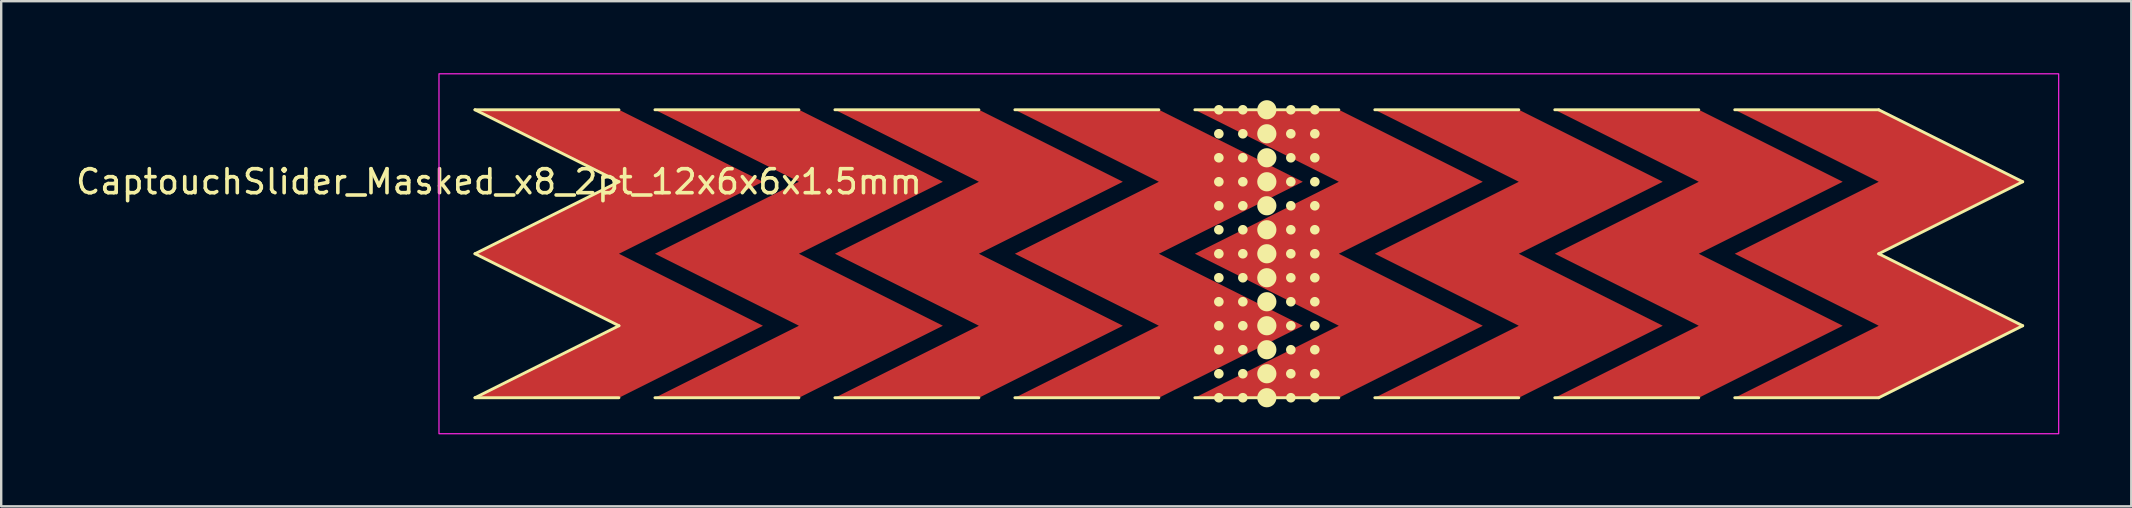
<source format=kicad_pcb>
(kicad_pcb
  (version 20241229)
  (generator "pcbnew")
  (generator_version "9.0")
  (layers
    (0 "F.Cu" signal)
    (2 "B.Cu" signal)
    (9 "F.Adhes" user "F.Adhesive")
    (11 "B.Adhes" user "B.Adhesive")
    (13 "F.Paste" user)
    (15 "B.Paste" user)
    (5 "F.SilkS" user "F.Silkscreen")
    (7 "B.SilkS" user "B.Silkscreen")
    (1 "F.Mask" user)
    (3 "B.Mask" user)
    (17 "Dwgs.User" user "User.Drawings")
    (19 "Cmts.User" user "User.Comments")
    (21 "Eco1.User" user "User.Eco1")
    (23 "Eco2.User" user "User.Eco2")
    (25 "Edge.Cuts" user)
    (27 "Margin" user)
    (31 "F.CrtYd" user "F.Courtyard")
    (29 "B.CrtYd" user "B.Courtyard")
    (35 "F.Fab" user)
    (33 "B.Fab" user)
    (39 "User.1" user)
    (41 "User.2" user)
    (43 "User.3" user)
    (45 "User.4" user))
  (footprint "CaptouchSlider_Masked_x8_2pt_12x6x6x1.5mm"
    (layer "F.Cu")
    (at 16.744 9.525)
    (property "Reference" "CaptouchSlider_Masked_x8_2pt_12x6x6x1.5mm" (at 1 -5 0) (layer "F.SilkS") (effects (font (size 1 1) (thickness 0.15))))
    (attr exclude_from_pos_files exclude_from_bom)
    (fp_line (start 0 -8) (end 6 -8) (stroke (width 0.12) (type solid)) (layer "F.SilkS"))
    (fp_line (start 0 -8) (end 6 -5) (stroke (width 0.12) (type solid)) (layer "F.SilkS"))
    (fp_line (start 0 -2) (end 6 1) (stroke (width 0.12) (type solid)) (layer "F.SilkS"))
    (fp_line (start 0 4) (end 6 4) (stroke (width 0.12) (type solid)) (layer "F.SilkS"))
    (fp_line (start 6 -5) (end 0 -2) (stroke (width 0.12) (type solid)) (layer "F.SilkS"))
    (fp_line (start 6 1) (end 0 4) (stroke (width 0.12) (type solid)) (layer "F.SilkS"))
    (fp_line (start 7.5 -8) (end 13.5 -8) (stroke (width 0.12) (type solid)) (layer "F.SilkS"))
    (fp_line (start 7.5 4) (end 13.5 4) (stroke (width 0.12) (type solid)) (layer "F.SilkS"))
    (fp_line (start 15 -8) (end 21 -8) (stroke (width 0.12) (type solid)) (layer "F.SilkS"))
    (fp_line (start 15 4) (end 21 4) (stroke (width 0.12) (type solid)) (layer "F.SilkS"))
    (fp_line (start 22.5 -8) (end 28.5 -8) (stroke (width 0.12) (type solid)) (layer "F.SilkS"))
    (fp_line (start 22.5 4) (end 28.5 4) (stroke (width 0.12) (type solid)) (layer "F.SilkS"))
    (fp_line (start 30 -8) (end 36 -8) (stroke (width 0.12) (type solid)) (layer "F.SilkS"))
    (fp_line (start 30 4) (end 36 4) (stroke (width 0.12) (type solid)) (layer "F.SilkS"))
    (fp_line (start 37.5 -8) (end 43.5 -8) (stroke (width 0.12) (type solid)) (layer "F.SilkS"))
    (fp_line (start 37.5 4) (end 43.5 4) (stroke (width 0.12) (type solid)) (layer "F.SilkS"))
    (fp_line (start 45 -8) (end 51 -8) (stroke (width 0.12) (type solid)) (layer "F.SilkS"))
    (fp_line (start 45 4) (end 51 4) (stroke (width 0.12) (type solid)) (layer "F.SilkS"))
    (fp_line (start 52.5 -8) (end 58.5 -8) (stroke (width 0.12) (type solid)) (layer "F.SilkS"))
    (fp_line (start 52.5 4) (end 58.5 4) (stroke (width 0.12) (type solid)) (layer "F.SilkS"))
    (fp_line (start 58.5 -8) (end 64.5 -5) (stroke (width 0.12) (type solid)) (layer "F.SilkS"))
    (fp_line (start 58.5 -2) (end 64.5 1) (stroke (width 0.12) (type solid)) (layer "F.SilkS"))
    (fp_line (start 64.5 -5) (end 58.5 -2) (stroke (width 0.12) (type solid)) (layer "F.SilkS"))
    (fp_line (start 64.5 1) (end 58.5 4) (stroke (width 0.12) (type solid)) (layer "F.SilkS"))
    (fp_circle (center 31 -8) (end 31.2 -8) (stroke (width 0) (type solid)) (fill yes) (layer "F.SilkS"))
    (fp_circle (center 31 -7) (end 31.2 -7) (stroke (width 0) (type solid)) (fill yes) (layer "F.SilkS"))
    (fp_circle (center 31 -6) (end 31.2 -6) (stroke (width 0) (type solid)) (fill yes) (layer "F.SilkS"))
    (fp_circle (center 31 -5) (end 31.2 -5) (stroke (width 0) (type solid)) (fill yes) (layer "F.SilkS"))
    (fp_circle (center 31 -4) (end 31.2 -4) (stroke (width 0) (type solid)) (fill yes) (layer "F.SilkS"))
    (fp_circle (center 31 -3) (end 31.2 -3) (stroke (width 0) (type solid)) (fill yes) (layer "F.SilkS"))
    (fp_circle (center 31 -2) (end 31.2 -2) (stroke (width 0) (type solid)) (fill yes) (layer "F.SilkS"))
    (fp_circle (center 31 -1) (end 31.2 -1) (stroke (width 0) (type solid)) (fill yes) (layer "F.SilkS"))
    (fp_circle (center 31 0) (end 31.2 0) (stroke (width 0) (type solid)) (fill yes) (layer "F.SilkS"))
    (fp_circle (center 31 1) (end 31.2 1) (stroke (width 0) (type solid)) (fill yes) (layer "F.SilkS"))
    (fp_circle (center 31 2) (end 31.2 2) (stroke (width 0) (type solid)) (fill yes) (layer "F.SilkS"))
    (fp_circle (center 31 3) (end 31.2 3) (stroke (width 0) (type solid)) (fill yes) (layer "F.SilkS"))
    (fp_circle (center 31 4) (end 31.2 4) (stroke (width 0) (type solid)) (fill yes) (layer "F.SilkS"))
    (fp_circle (center 32 -8) (end 32.2 -8) (stroke (width 0) (type solid)) (fill yes) (layer "F.SilkS"))
    (fp_circle (center 32 -7) (end 32.2 -7) (stroke (width 0) (type solid)) (fill yes) (layer "F.SilkS"))
    (fp_circle (center 32 -6) (end 32.2 -6) (stroke (width 0) (type solid)) (fill yes) (layer "F.SilkS"))
    (fp_circle (center 32 -5) (end 32.2 -5) (stroke (width 0) (type solid)) (fill yes) (layer "F.SilkS"))
    (fp_circle (center 32 -4) (end 32.2 -4) (stroke (width 0) (type solid)) (fill yes) (layer "F.SilkS"))
    (fp_circle (center 32 -3) (end 32.2 -3) (stroke (width 0) (type solid)) (fill yes) (layer "F.SilkS"))
    (fp_circle (center 32 -2) (end 32.2 -2) (stroke (width 0) (type solid)) (fill yes) (layer "F.SilkS"))
    (fp_circle (center 32 -1) (end 32.2 -1) (stroke (width 0) (type solid)) (fill yes) (layer "F.SilkS"))
    (fp_circle (center 32 0) (end 32.2 0) (stroke (width 0) (type solid)) (fill yes) (layer "F.SilkS"))
    (fp_circle (center 32 1) (end 32.2 1) (stroke (width 0) (type solid)) (fill yes) (layer "F.SilkS"))
    (fp_circle (center 32 2) (end 32.2 2) (stroke (width 0) (type solid)) (fill yes) (layer "F.SilkS"))
    (fp_circle (center 32 3) (end 32.2 3) (stroke (width 0) (type solid)) (fill yes) (layer "F.SilkS"))
    (fp_circle (center 32 4) (end 32.2 4) (stroke (width 0) (type solid)) (fill yes) (layer "F.SilkS"))
    (fp_circle (center 33 -8) (end 33.4 -8) (stroke (width 0) (type solid)) (fill yes) (layer "F.SilkS"))
    (fp_circle (center 33 -7) (end 33.4 -7) (stroke (width 0) (type solid)) (fill yes) (layer "F.SilkS"))
    (fp_circle (center 33 -6) (end 33.4 -6) (stroke (width 0) (type solid)) (fill yes) (layer "F.SilkS"))
    (fp_circle (center 33 -5) (end 33.4 -5) (stroke (width 0) (type solid)) (fill yes) (layer "F.SilkS"))
    (fp_circle (center 33 -4) (end 33.4 -4) (stroke (width 0) (type solid)) (fill yes) (layer "F.SilkS"))
    (fp_circle (center 33 -3) (end 33.4 -3) (stroke (width 0) (type solid)) (fill yes) (layer "F.SilkS"))
    (fp_circle (center 33 -2) (end 33.4 -2) (stroke (width 0) (type solid)) (fill yes) (layer "F.SilkS"))
    (fp_circle (center 33 -1) (end 33.4 -1) (stroke (width 0) (type solid)) (fill yes) (layer "F.SilkS"))
    (fp_circle (center 33 0) (end 33.4 0) (stroke (width 0) (type solid)) (fill yes) (layer "F.SilkS"))
    (fp_circle (center 33 1) (end 33.4 1) (stroke (width 0) (type solid)) (fill yes) (layer "F.SilkS"))
    (fp_circle (center 33 2) (end 33.4 2) (stroke (width 0) (type solid)) (fill yes) (layer "F.SilkS"))
    (fp_circle (center 33 3) (end 33.4 3) (stroke (width 0) (type solid)) (fill yes) (layer "F.SilkS"))
    (fp_circle (center 33 4) (end 33.4 4) (stroke (width 0) (type solid)) (fill yes) (layer "F.SilkS"))
    (fp_circle (center 34 -8) (end 34.2 -8) (stroke (width 0) (type solid)) (fill yes) (layer "F.SilkS"))
    (fp_circle (center 34 -7) (end 34.2 -7) (stroke (width 0) (type solid)) (fill yes) (layer "F.SilkS"))
    (fp_circle (center 34 -6) (end 34.2 -6) (stroke (width 0) (type solid)) (fill yes) (layer "F.SilkS"))
    (fp_circle (center 34 -5) (end 34.2 -5) (stroke (width 0) (type solid)) (fill yes) (layer "F.SilkS"))
    (fp_circle (center 34 -4) (end 34.2 -4) (stroke (width 0) (type solid)) (fill yes) (layer "F.SilkS"))
    (fp_circle (center 34 -3) (end 34.2 -3) (stroke (width 0) (type solid)) (fill yes) (layer "F.SilkS"))
    (fp_circle (center 34 -2) (end 34.2 -2) (stroke (width 0) (type solid)) (fill yes) (layer "F.SilkS"))
    (fp_circle (center 34 -1) (end 34.2 -1) (stroke (width 0) (type solid)) (fill yes) (layer "F.SilkS"))
    (fp_circle (center 34 0) (end 34.2 0) (stroke (width 0) (type solid)) (fill yes) (layer "F.SilkS"))
    (fp_circle (center 34 1) (end 34.2 1) (stroke (width 0) (type solid)) (fill yes) (layer "F.SilkS"))
    (fp_circle (center 34 2) (end 34.2 2) (stroke (width 0) (type solid)) (fill yes) (layer "F.SilkS"))
    (fp_circle (center 34 3) (end 34.2 3) (stroke (width 0) (type solid)) (fill yes) (layer "F.SilkS"))
    (fp_circle (center 34 4) (end 34.2 4) (stroke (width 0) (type solid)) (fill yes) (layer "F.SilkS"))
    (fp_circle (center 35 -8) (end 35.2 -8) (stroke (width 0) (type solid)) (fill yes) (layer "F.SilkS"))
    (fp_circle (center 35 -7) (end 35.2 -7) (stroke (width 0) (type solid)) (fill yes) (layer "F.SilkS"))
    (fp_circle (center 35 -6) (end 35.2 -6) (stroke (width 0) (type solid)) (fill yes) (layer "F.SilkS"))
    (fp_circle (center 35 -5) (end 35.2 -5) (stroke (width 0) (type solid)) (fill yes) (layer "F.SilkS"))
    (fp_circle (center 35 -4) (end 35.2 -4) (stroke (width 0) (type solid)) (fill yes) (layer "F.SilkS"))
    (fp_circle (center 35 -3) (end 35.2 -3) (stroke (width 0) (type solid)) (fill yes) (layer "F.SilkS"))
    (fp_circle (center 35 -2) (end 35.2 -2) (stroke (width 0) (type solid)) (fill yes) (layer "F.SilkS"))
    (fp_circle (center 35 -1) (end 35.2 -1) (stroke (width 0) (type solid)) (fill yes) (layer "F.SilkS"))
    (fp_circle (center 35 0) (end 35.2 0) (stroke (width 0) (type solid)) (fill yes) (layer "F.SilkS"))
    (fp_circle (center 35 1) (end 35.2 1) (stroke (width 0) (type solid)) (fill yes) (layer "F.SilkS"))
    (fp_circle (center 35 2) (end 35.2 2) (stroke (width 0) (type solid)) (fill yes) (layer "F.SilkS"))
    (fp_circle (center 35 3) (end 35.2 3) (stroke (width 0) (type solid)) (fill yes) (layer "F.SilkS"))
    (fp_circle (center 35 4) (end 35.2 4) (stroke (width 0) (type solid)) (fill yes) (layer "F.SilkS"))
    (fp_rect (start -1.5 -9.5) (end 66 5.5) (stroke (width 0.05) (type solid)) (fill no) (layer "F.CrtYd"))
    (pad "1" smd custom (at 12 -2) (size 1.8 1.8) (layers "F.Cu") (options (anchor circle)) (primitives (gr_poly (pts (xy 7.5 -3) (xy 1.5 0) (xy 7.5 3) (xy 1.5 6) (xy -4.5 6) (xy 1.5 3) (xy -4.5 0) (xy 1.5 -3) (xy -4.5 -6) (xy 1.5 -6)) (width 0) (fill yes))))
    (pad "2" smd custom (at 19.5 -2) (size 1.8 1.8) (layers "F.Cu") (options (anchor circle)) (primitives (gr_poly (pts (xy 7.5 -3) (xy 1.5 0) (xy 7.5 3) (xy 1.5 6) (xy -4.5 6) (xy 1.5 3) (xy -4.5 0) (xy 1.5 -3) (xy -4.5 -6) (xy 1.5 -6)) (width 0) (fill yes))))
    (pad "3" smd custom (at 27 -2) (size 1.8 1.8) (layers "F.Cu") (options (anchor circle)) (primitives (gr_poly (pts (xy 7.5 -3) (xy 1.5 0) (xy 7.5 3) (xy 1.5 6) (xy -4.5 6) (xy 1.5 3) (xy -4.5 0) (xy 1.5 -3) (xy -4.5 -6) (xy 1.5 -6)) (width 0) (fill yes))))
    (pad "4" smd custom (at 34.5 -2) (size 1.8 1.8) (layers "F.Cu") (options (anchor circle)) (primitives (gr_poly (pts (xy 7.5 -3) (xy 1.5 0) (xy 7.5 3) (xy 1.5 6) (xy -4.5 6) (xy 1.5 3) (xy -4.5 0) (xy 1.5 -3) (xy -4.5 -6) (xy 1.5 -6)) (width 0) (fill yes))))
    (pad "5" smd custom (at 42 -2) (size 1.8 1.8) (layers "F.Cu") (options (anchor circle)) (primitives (gr_poly (pts (xy 7.5 -3) (xy 1.5 0) (xy 7.5 3) (xy 1.5 6) (xy -4.5 6) (xy 1.5 3) (xy -4.5 0) (xy 1.5 -3) (xy -4.5 -6) (xy 1.5 -6)) (width 0) (fill yes))))
    (pad "6" smd custom (at 49.5 -2) (size 1.8 1.8) (layers "F.Cu") (options (anchor circle)) (primitives (gr_poly (pts (xy 7.5 -3) (xy 1.5 0) (xy 7.5 3) (xy 1.5 6) (xy -4.5 6) (xy 1.5 3) (xy -4.5 0) (xy 1.5 -3) (xy -4.5 -6) (xy 1.5 -6)) (width 0) (fill yes))))
    (pad "7" smd custom (at 57 -2) (size 1.8 1.8) (layers "F.Cu") (options (anchor circle)) (primitives (gr_poly (pts (xy 7.5 -3) (xy 1.5 0) (xy 7.5 3) (xy 1.5 6) (xy -4.5 6) (xy 1.5 3) (xy -4.5 0) (xy 1.5 -3) (xy -4.5 -6) (xy 1.5 -6)) (width 0) (fill yes))))
    (pad "8" smd custom (at 4.5 -2) (size 1.8 1.8) (layers "F.Cu") (options (anchor circle)) (primitives (gr_poly (pts (xy 7.5 -3) (xy 1.5 0) (xy 7.5 3) (xy 1.5 6) (xy -4.5 6) (xy 1.5 3) (xy -4.5 0) (xy 1.5 -3) (xy -4.5 -6) (xy 1.5 -6)) (width 0) (fill yes))))
    (zone (net_name "") (layers "F.Cu" "B.Cu") (hatch edge 0.508) (connect_pads) (min_thickness 0.254) (filled_areas_thickness no) (keepout (tracks not_allowed) (vias not_allowed) (pads not_allowed) (copperpour not_allowed) (footprints not_allowed)) (placement (enabled no)) (fill) (polygon (pts (xy 22.744 4.525) (xy 16.744 7.525) (xy 22.744 10.525) (xy 16.744 13.525) (xy 15.244 13.525) (xy 21.244 10.525) (xy 15.244 7.525) (xy 21.244 4.525) (xy 15.244 1.525) (xy 16.744 1.525))))
    (zone (net_name "") (layers "F.Cu" "B.Cu") (hatch edge 0.508) (connect_pads) (min_thickness 0.254) (filled_areas_thickness no) (keepout (tracks not_allowed) (vias not_allowed) (pads not_allowed) (copperpour not_allowed) (footprints not_allowed)) (placement (enabled no)) (fill) (polygon (pts (xy 30.244 4.525) (xy 24.244 7.525) (xy 30.244 10.525) (xy 24.244 13.525) (xy 22.744 13.525) (xy 28.744 10.525) (xy 22.744 7.525) (xy 28.744 4.525) (xy 22.744 1.525) (xy 24.244 1.525))))
    (zone (net_name "") (layers "F.Cu" "B.Cu") (hatch edge 0.508) (connect_pads) (min_thickness 0.254) (filled_areas_thickness no) (keepout (tracks not_allowed) (vias not_allowed) (pads not_allowed) (copperpour not_allowed) (footprints not_allowed)) (placement (enabled no)) (fill) (polygon (pts (xy 37.744 4.525) (xy 31.744 7.525) (xy 37.744 10.525) (xy 31.744 13.525) (xy 30.244 13.525) (xy 36.244 10.525) (xy 30.244 7.525) (xy 36.244 4.525) (xy 30.244 1.525) (xy 31.744 1.525))))
    (zone (net_name "") (layers "F.Cu" "B.Cu") (hatch edge 0.508) (connect_pads) (min_thickness 0.254) (filled_areas_thickness no) (keepout (tracks not_allowed) (vias not_allowed) (pads not_allowed) (copperpour not_allowed) (footprints not_allowed)) (placement (enabled no)) (fill) (polygon (pts (xy 45.244 4.525) (xy 39.244 7.525) (xy 45.244 10.525) (xy 39.244 13.525) (xy 37.744 13.525) (xy 43.744 10.525) (xy 37.744 7.525) (xy 43.744 4.525) (xy 37.744 1.525) (xy 39.244 1.525))))
    (zone (net_name "") (layers "F.Cu" "B.Cu") (hatch edge 0.508) (connect_pads) (min_thickness 0.254) (filled_areas_thickness no) (keepout (tracks not_allowed) (vias not_allowed) (pads not_allowed) (copperpour not_allowed) (footprints not_allowed)) (placement (enabled no)) (fill) (polygon (pts (xy 52.744 4.525) (xy 46.744 7.525) (xy 52.744 10.525) (xy 46.744 13.525) (xy 45.244 13.525) (xy 51.244 10.525) (xy 45.244 7.525) (xy 51.244 4.525) (xy 45.244 1.525) (xy 46.744 1.525))))
    (zone (net_name "") (layers "F.Cu" "B.Cu") (hatch edge 0.508) (connect_pads) (min_thickness 0.254) (filled_areas_thickness no) (keepout (tracks not_allowed) (vias not_allowed) (pads not_allowed) (copperpour not_allowed) (footprints not_allowed)) (placement (enabled no)) (fill) (polygon (pts (xy 60.244 4.525) (xy 54.244 7.525) (xy 60.244 10.525) (xy 54.244 13.525) (xy 52.744 13.525) (xy 58.744 10.525) (xy 52.744 7.525) (xy 58.744 4.525) (xy 52.744 1.525) (xy 54.244 1.525))))
    (zone (net_name "") (layers "F.Cu" "B.Cu") (hatch edge 0.508) (connect_pads) (min_thickness 0.254) (filled_areas_thickness no) (keepout (tracks not_allowed) (vias not_allowed) (pads not_allowed) (copperpour not_allowed) (footprints not_allowed)) (placement (enabled no)) (fill) (polygon (pts (xy 67.744 4.525) (xy 61.744 7.525) (xy 67.744 10.525) (xy 61.744 13.525) (xy 60.244 13.525) (xy 66.244 10.525) (xy 60.244 7.525) (xy 66.244 4.525) (xy 60.244 1.525) (xy 61.744 1.525))))
    (zone (net_name "") (layers "F.Cu" "B.Cu") (hatch edge 0.508) (connect_pads) (min_thickness 0.254) (filled_areas_thickness no) (keepout (tracks not_allowed) (vias not_allowed) (pads not_allowed) (copperpour not_allowed) (footprints not_allowed)) (placement (enabled no)) (fill) (polygon (pts (xy 75.244 4.525) (xy 69.244 7.525) (xy 75.244 10.525) (xy 69.244 13.525) (xy 67.744 13.525) (xy 73.744 10.525) (xy 67.744 7.525) (xy 73.744 4.525) (xy 67.744 1.525) (xy 69.244 1.525))))
    (zone (net_name "") (layers "F.Cu" "B.Cu") (hatch edge 0.508) (connect_pads) (min_thickness 0.254) (filled_areas_thickness no) (keepout (tracks not_allowed) (vias not_allowed) (pads not_allowed) (copperpour not_allowed) (footprints not_allowed)) (placement (enabled no)) (fill) (polygon (pts (xy 82.744 4.525) (xy 76.744 7.525) (xy 82.744 10.525) (xy 76.744 13.525) (xy 75.244 13.525) (xy 81.244 10.525) (xy 75.244 7.525) (xy 81.244 4.525) (xy 75.244 1.525) (xy 76.744 1.525)))))
  (gr_rect
    (start -3 -3)
    (end 85.769 18.05)
    (stroke (width 0.1) (type default))
    (fill no)
    (layer "Edge.Cuts")))
</source>
